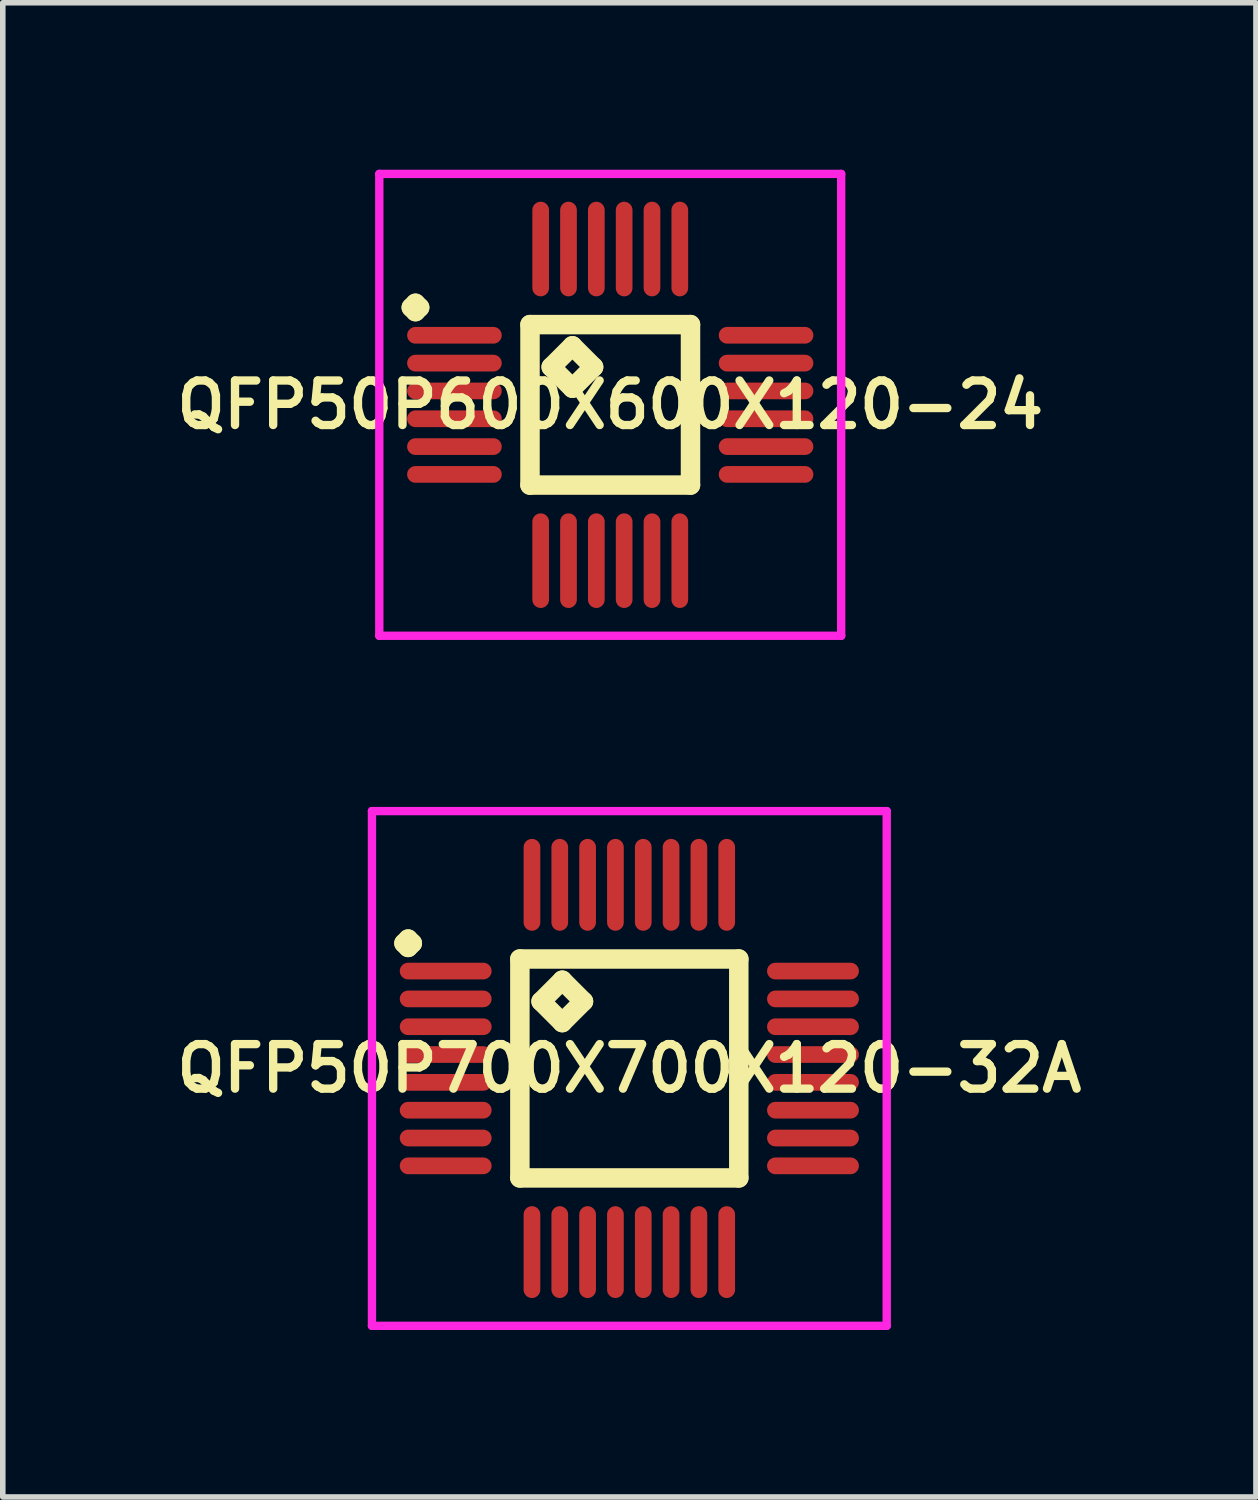
<source format=kicad_pcb>
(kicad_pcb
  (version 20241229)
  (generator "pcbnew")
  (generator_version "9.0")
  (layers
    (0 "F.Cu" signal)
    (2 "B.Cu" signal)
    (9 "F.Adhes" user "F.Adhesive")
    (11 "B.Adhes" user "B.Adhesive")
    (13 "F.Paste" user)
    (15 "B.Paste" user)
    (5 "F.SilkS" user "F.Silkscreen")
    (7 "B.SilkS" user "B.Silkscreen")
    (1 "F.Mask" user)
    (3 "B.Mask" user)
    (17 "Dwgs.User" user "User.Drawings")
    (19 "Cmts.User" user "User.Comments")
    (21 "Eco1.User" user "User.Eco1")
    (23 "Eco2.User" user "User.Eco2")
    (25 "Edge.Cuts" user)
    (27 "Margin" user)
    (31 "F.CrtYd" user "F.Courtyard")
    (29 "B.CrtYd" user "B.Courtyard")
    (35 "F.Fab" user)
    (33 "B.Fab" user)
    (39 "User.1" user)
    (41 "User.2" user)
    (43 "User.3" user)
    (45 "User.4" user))
  (footprint "QFP50P700X700X120-32A"
    (layer "F.Cu")
    (at 8.259 16.15)
    (property "Reference" "QFP50P700X700X120-32A" (at 0 0 0) (layer "F.SilkS") (effects (font (size 0.8 0.8) (thickness 0.15))))
    (attr through_hole)
    (fp_line (start -4.05 -2.25) (end -3.975 -2.325) (stroke (width 0.35) (type solid)) (layer "F.SilkS"))
    (fp_line (start -3.975 -2.325) (end -3.9 -2.25) (stroke (width 0.35) (type solid)) (layer "F.SilkS"))
    (fp_line (start -3.975 -2.175) (end -4.05 -2.25) (stroke (width 0.35) (type solid)) (layer "F.SilkS"))
    (fp_line (start -3.9 -2.25) (end -3.975 -2.175) (stroke (width 0.35) (type solid)) (layer "F.SilkS"))
    (fp_line (start -1.967 -1.967) (end -1.967 1.967) (stroke (width 0.35) (type solid)) (layer "F.SilkS"))
    (fp_line (start -1.967 1.967) (end 1.967 1.967) (stroke (width 0.35) (type solid)) (layer "F.SilkS"))
    (fp_line (start -1.586 -1.205) (end -1.205 -1.586) (stroke (width 0.35) (type solid)) (layer "F.SilkS"))
    (fp_line (start -1.205 -1.586) (end -0.824 -1.205) (stroke (width 0.35) (type solid)) (layer "F.SilkS"))
    (fp_line (start -1.205 -0.824) (end -1.586 -1.205) (stroke (width 0.35) (type solid)) (layer "F.SilkS"))
    (fp_line (start -0.824 -1.205) (end -1.205 -0.824) (stroke (width 0.35) (type solid)) (layer "F.SilkS"))
    (fp_line (start 1.967 -1.967) (end -1.967 -1.967) (stroke (width 0.35) (type solid)) (layer "F.SilkS"))
    (fp_line (start 1.967 1.967) (end 1.967 -1.967) (stroke (width 0.35) (type solid)) (layer "F.SilkS"))
    (fp_line (start -4.625 -4.625) (end 4.625 -4.625) (stroke (width 0.15) (type solid)) (layer "F.CrtYd"))
    (fp_line (start -4.625 4.625) (end -4.625 -4.625) (stroke (width 0.15) (type solid)) (layer "F.CrtYd"))
    (fp_line (start 4.625 -4.625) (end 4.625 4.625) (stroke (width 0.15) (type solid)) (layer "F.CrtYd"))
    (fp_line (start 4.625 4.625) (end -4.625 4.625) (stroke (width 0.15) (type solid)) (layer "F.CrtYd"))
    (pad "1" smd oval (at -3.3 -1.75) (size 1.65 0.3) (layers "F.Cu" "F.Mask" "F.Paste"))
    (pad "2" smd oval (at -3.3 -1.25) (size 1.65 0.3) (layers "F.Cu" "F.Mask" "F.Paste"))
    (pad "3" smd oval (at -3.3 -0.75) (size 1.65 0.3) (layers "F.Cu" "F.Mask" "F.Paste"))
    (pad "4" smd oval (at -3.3 -0.25) (size 1.65 0.3) (layers "F.Cu" "F.Mask" "F.Paste"))
    (pad "5" smd oval (at -3.3 0.25) (size 1.65 0.3) (layers "F.Cu" "F.Mask" "F.Paste"))
    (pad "6" smd oval (at -3.3 0.75) (size 1.65 0.3) (layers "F.Cu" "F.Mask" "F.Paste"))
    (pad "7" smd oval (at -3.3 1.25) (size 1.65 0.3) (layers "F.Cu" "F.Mask" "F.Paste"))
    (pad "8" smd oval (at -3.3 1.75) (size 1.65 0.3) (layers "F.Cu" "F.Mask" "F.Paste"))
    (pad "9" smd oval (at -1.75 3.3) (size 0.3 1.65) (layers "F.Cu" "F.Mask" "F.Paste"))
    (pad "10" smd oval (at -1.25 3.3) (size 0.3 1.65) (layers "F.Cu" "F.Mask" "F.Paste"))
    (pad "11" smd oval (at -0.75 3.3) (size 0.3 1.65) (layers "F.Cu" "F.Mask" "F.Paste"))
    (pad "12" smd oval (at -0.25 3.3) (size 0.3 1.65) (layers "F.Cu" "F.Mask" "F.Paste"))
    (pad "13" smd oval (at 0.25 3.3) (size 0.3 1.65) (layers "F.Cu" "F.Mask" "F.Paste"))
    (pad "14" smd oval (at 0.75 3.3) (size 0.3 1.65) (layers "F.Cu" "F.Mask" "F.Paste"))
    (pad "15" smd oval (at 1.25 3.3) (size 0.3 1.65) (layers "F.Cu" "F.Mask" "F.Paste"))
    (pad "16" smd oval (at 1.75 3.3) (size 0.3 1.65) (layers "F.Cu" "F.Mask" "F.Paste"))
    (pad "17" smd oval (at 3.3 1.75) (size 1.65 0.3) (layers "F.Cu" "F.Mask" "F.Paste"))
    (pad "18" smd oval (at 3.3 1.25) (size 1.65 0.3) (layers "F.Cu" "F.Mask" "F.Paste"))
    (pad "19" smd oval (at 3.3 0.75) (size 1.65 0.3) (layers "F.Cu" "F.Mask" "F.Paste"))
    (pad "20" smd oval (at 3.3 0.25) (size 1.65 0.3) (layers "F.Cu" "F.Mask" "F.Paste"))
    (pad "21" smd oval (at 3.3 -0.25) (size 1.65 0.3) (layers "F.Cu" "F.Mask" "F.Paste"))
    (pad "22" smd oval (at 3.3 -0.75) (size 1.65 0.3) (layers "F.Cu" "F.Mask" "F.Paste"))
    (pad "23" smd oval (at 3.3 -1.25) (size 1.65 0.3) (layers "F.Cu" "F.Mask" "F.Paste"))
    (pad "24" smd oval (at 3.3 -1.75) (size 1.65 0.3) (layers "F.Cu" "F.Mask" "F.Paste"))
    (pad "25" smd oval (at 1.75 -3.3) (size 0.3 1.65) (layers "F.Cu" "F.Mask" "F.Paste"))
    (pad "26" smd oval (at 1.25 -3.3) (size 0.3 1.65) (layers "F.Cu" "F.Mask" "F.Paste"))
    (pad "27" smd oval (at 0.75 -3.3) (size 0.3 1.65) (layers "F.Cu" "F.Mask" "F.Paste"))
    (pad "28" smd oval (at 0.25 -3.3) (size 0.3 1.65) (layers "F.Cu" "F.Mask" "F.Paste"))
    (pad "29" smd oval (at -0.25 -3.3) (size 0.3 1.65) (layers "F.Cu" "F.Mask" "F.Paste"))
    (pad "30" smd oval (at -0.75 -3.3) (size 0.3 1.65) (layers "F.Cu" "F.Mask" "F.Paste"))
    (pad "31" smd oval (at -1.25 -3.3) (size 0.3 1.65) (layers "F.Cu" "F.Mask" "F.Paste"))
    (pad "32" smd oval (at -1.75 -3.3) (size 0.3 1.65) (layers "F.Cu" "F.Mask" "F.Paste")))
  (footprint "QFP50P600X600X120-24"
    (layer "F.Cu")
    (at 7.916 4.225)
    (property "Reference" "QFP50P600X600X120-24" (at 0 0 0) (layer "F.SilkS") (effects (font (size 0.8 0.8) (thickness 0.15))))
    (attr through_hole)
    (fp_line (start -3.575 -1.75) (end -3.5 -1.825) (stroke (width 0.35) (type solid)) (layer "F.SilkS"))
    (fp_line (start -3.5 -1.825) (end -3.425 -1.75) (stroke (width 0.35) (type solid)) (layer "F.SilkS"))
    (fp_line (start -3.5 -1.675) (end -3.575 -1.75) (stroke (width 0.35) (type solid)) (layer "F.SilkS"))
    (fp_line (start -3.425 -1.75) (end -3.5 -1.675) (stroke (width 0.35) (type solid)) (layer "F.SilkS"))
    (fp_line (start -1.442 -1.442) (end -1.442 1.442) (stroke (width 0.35) (type solid)) (layer "F.SilkS"))
    (fp_line (start -1.442 1.442) (end 1.442 1.442) (stroke (width 0.35) (type solid)) (layer "F.SilkS"))
    (fp_line (start -1.061 -0.68) (end -0.68 -1.061) (stroke (width 0.35) (type solid)) (layer "F.SilkS"))
    (fp_line (start -0.68 -1.061) (end -0.299 -0.68) (stroke (width 0.35) (type solid)) (layer "F.SilkS"))
    (fp_line (start -0.68 -0.299) (end -1.061 -0.68) (stroke (width 0.35) (type solid)) (layer "F.SilkS"))
    (fp_line (start -0.299 -0.68) (end -0.68 -0.299) (stroke (width 0.35) (type solid)) (layer "F.SilkS"))
    (fp_line (start 1.442 -1.442) (end -1.442 -1.442) (stroke (width 0.35) (type solid)) (layer "F.SilkS"))
    (fp_line (start 1.442 1.442) (end 1.442 -1.442) (stroke (width 0.35) (type solid)) (layer "F.SilkS"))
    (fp_line (start -4.15 -4.15) (end 4.15 -4.15) (stroke (width 0.15) (type solid)) (layer "F.CrtYd"))
    (fp_line (start -4.15 4.15) (end -4.15 -4.15) (stroke (width 0.15) (type solid)) (layer "F.CrtYd"))
    (fp_line (start 4.15 -4.15) (end 4.15 4.15) (stroke (width 0.15) (type solid)) (layer "F.CrtYd"))
    (fp_line (start 4.15 4.15) (end -4.15 4.15) (stroke (width 0.15) (type solid)) (layer "F.CrtYd"))
    (pad "1" smd oval (at -2.8 -1.25) (size 1.7 0.3) (layers "F.Cu" "F.Mask" "F.Paste"))
    (pad "2" smd oval (at -2.8 -0.75) (size 1.7 0.3) (layers "F.Cu" "F.Mask" "F.Paste"))
    (pad "3" smd oval (at -2.8 -0.25) (size 1.7 0.3) (layers "F.Cu" "F.Mask" "F.Paste"))
    (pad "4" smd oval (at -2.8 0.25) (size 1.7 0.3) (layers "F.Cu" "F.Mask" "F.Paste"))
    (pad "5" smd oval (at -2.8 0.75) (size 1.7 0.3) (layers "F.Cu" "F.Mask" "F.Paste"))
    (pad "6" smd oval (at -2.8 1.25) (size 1.7 0.3) (layers "F.Cu" "F.Mask" "F.Paste"))
    (pad "7" smd oval (at -1.25 2.8) (size 0.3 1.7) (layers "F.Cu" "F.Mask" "F.Paste"))
    (pad "8" smd oval (at -0.75 2.8) (size 0.3 1.7) (layers "F.Cu" "F.Mask" "F.Paste"))
    (pad "9" smd oval (at -0.25 2.8) (size 0.3 1.7) (layers "F.Cu" "F.Mask" "F.Paste"))
    (pad "10" smd oval (at 0.25 2.8) (size 0.3 1.7) (layers "F.Cu" "F.Mask" "F.Paste"))
    (pad "11" smd oval (at 0.75 2.8) (size 0.3 1.7) (layers "F.Cu" "F.Mask" "F.Paste"))
    (pad "12" smd oval (at 1.25 2.8) (size 0.3 1.7) (layers "F.Cu" "F.Mask" "F.Paste"))
    (pad "13" smd oval (at 2.8 1.25) (size 1.7 0.3) (layers "F.Cu" "F.Mask" "F.Paste"))
    (pad "14" smd oval (at 2.8 0.75) (size 1.7 0.3) (layers "F.Cu" "F.Mask" "F.Paste"))
    (pad "15" smd oval (at 2.8 0.25) (size 1.7 0.3) (layers "F.Cu" "F.Mask" "F.Paste"))
    (pad "16" smd oval (at 2.8 -0.25) (size 1.7 0.3) (layers "F.Cu" "F.Mask" "F.Paste"))
    (pad "17" smd oval (at 2.8 -0.75) (size 1.7 0.3) (layers "F.Cu" "F.Mask" "F.Paste"))
    (pad "18" smd oval (at 2.8 -1.25) (size 1.7 0.3) (layers "F.Cu" "F.Mask" "F.Paste"))
    (pad "19" smd oval (at 1.25 -2.8) (size 0.3 1.7) (layers "F.Cu" "F.Mask" "F.Paste"))
    (pad "20" smd oval (at 0.75 -2.8) (size 0.3 1.7) (layers "F.Cu" "F.Mask" "F.Paste"))
    (pad "21" smd oval (at 0.25 -2.8) (size 0.3 1.7) (layers "F.Cu" "F.Mask" "F.Paste"))
    (pad "22" smd oval (at -0.25 -2.8) (size 0.3 1.7) (layers "F.Cu" "F.Mask" "F.Paste"))
    (pad "23" smd oval (at -0.75 -2.8) (size 0.3 1.7) (layers "F.Cu" "F.Mask" "F.Paste"))
    (pad "24" smd oval (at -1.25 -2.8) (size 0.3 1.7) (layers "F.Cu" "F.Mask" "F.Paste")))
  (gr_rect
    (start -3 -3)
    (end 19.519 23.85)
    (stroke (width 0.1) (type default))
    (fill no)
    (layer "Edge.Cuts")))
</source>
